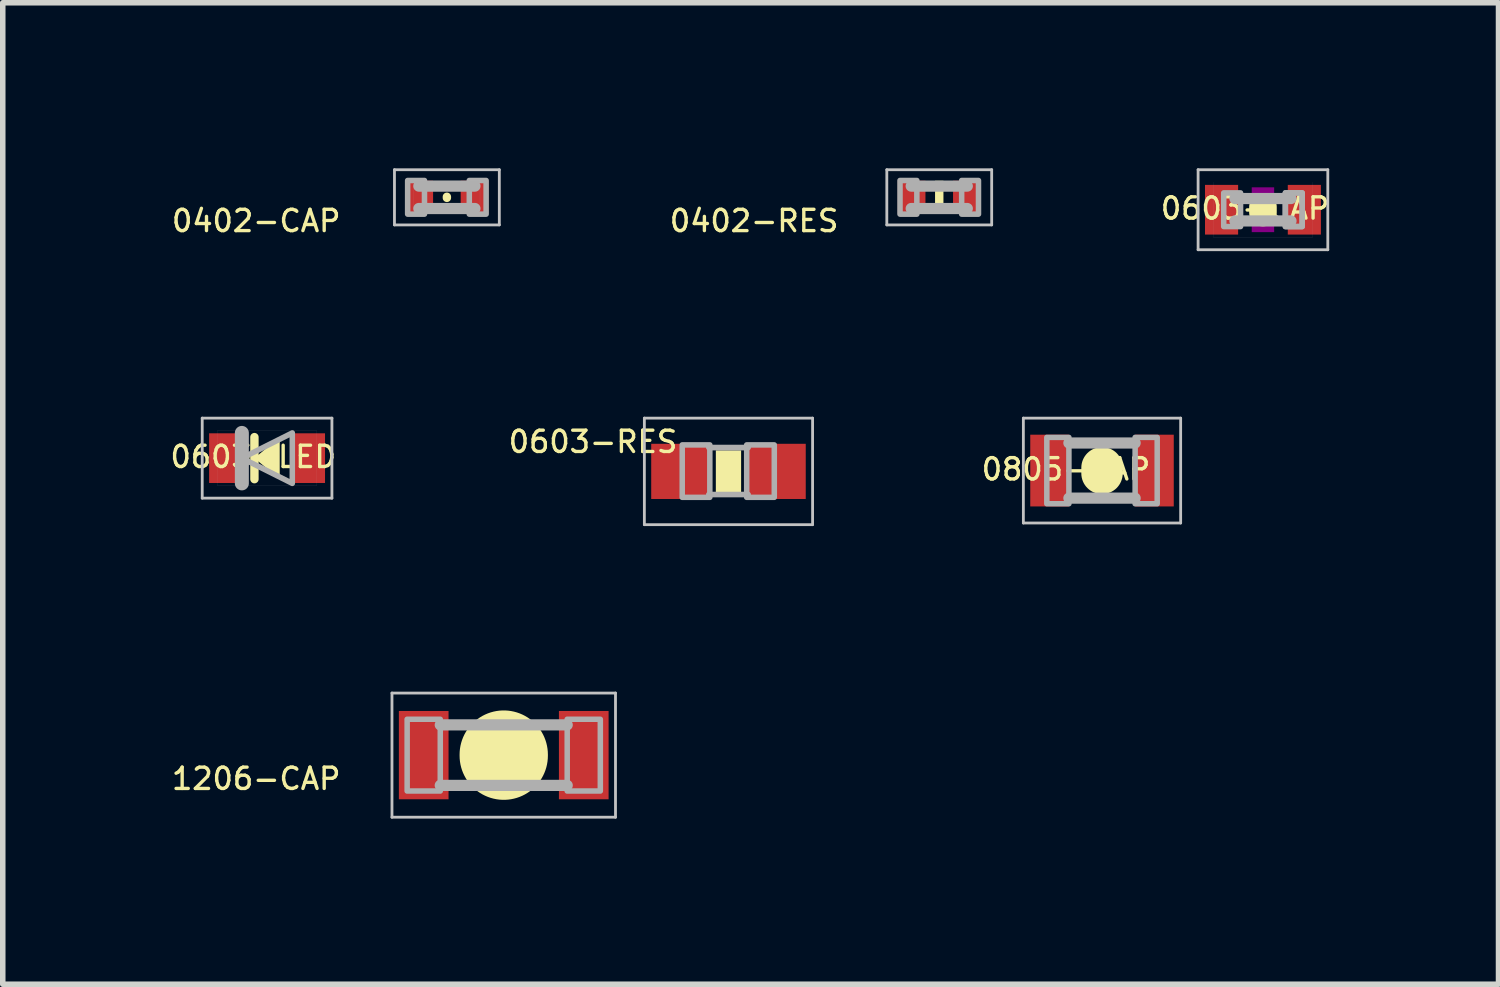
<source format=kicad_pcb>
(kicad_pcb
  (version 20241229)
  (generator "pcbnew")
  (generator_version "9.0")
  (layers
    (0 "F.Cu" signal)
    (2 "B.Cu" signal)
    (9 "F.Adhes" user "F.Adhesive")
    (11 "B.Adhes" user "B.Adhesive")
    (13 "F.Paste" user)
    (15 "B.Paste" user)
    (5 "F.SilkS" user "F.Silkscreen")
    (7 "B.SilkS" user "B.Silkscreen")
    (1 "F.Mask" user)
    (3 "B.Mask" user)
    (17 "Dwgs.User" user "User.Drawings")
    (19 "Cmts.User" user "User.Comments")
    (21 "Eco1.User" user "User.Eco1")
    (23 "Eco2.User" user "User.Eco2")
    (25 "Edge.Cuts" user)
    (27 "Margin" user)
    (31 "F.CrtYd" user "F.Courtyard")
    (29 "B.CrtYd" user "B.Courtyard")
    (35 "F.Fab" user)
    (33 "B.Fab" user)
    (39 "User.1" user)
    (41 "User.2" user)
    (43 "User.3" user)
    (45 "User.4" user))
  (footprint "0402-RES"
    (layer "F.Cu")
    (at 13.968 0.525)
    (property "Reference" "0402-RES" (at -1.789 0.202 0) (layer "F.SilkS") (effects (font (size 0.386 0.386) (thickness 0.061)) (justify right top)))
    (attr through_hole)
    (fp_poly (pts (xy -0.076 0.3) (xy 0.076 0.3) (xy 0.076 -0.3) (xy -0.076 -0.3)) (stroke (width 0) (type solid)) (fill yes) (layer "F.SilkS"))
    (fp_line (start -0.95 -0.5) (end 0.95 -0.5) (stroke (width 0.051) (type solid)) (layer "Dwgs.User"))
    (fp_line (start -0.95 0.5) (end -0.95 -0.5) (stroke (width 0.051) (type solid)) (layer "Dwgs.User"))
    (fp_line (start -0.6 -0.3) (end 0.6 -0.3) (stroke (width 0.0004) (type solid)) (layer "Dwgs.User"))
    (fp_line (start -0.6 0.3) (end -0.6 -0.3) (stroke (width 0.0004) (type solid)) (layer "Dwgs.User"))
    (fp_line (start 0.6 -0.3) (end 0.6 0.3) (stroke (width 0.0004) (type solid)) (layer "Dwgs.User"))
    (fp_line (start 0.6 0.3) (end -0.6 0.3) (stroke (width 0.0004) (type solid)) (layer "Dwgs.User"))
    (fp_line (start 0.95 -0.5) (end 0.95 0.5) (stroke (width 0.051) (type solid)) (layer "Dwgs.User"))
    (fp_line (start 0.95 0.5) (end -0.95 0.5) (stroke (width 0.051) (type solid)) (layer "Dwgs.User"))
    (fp_line (start -0.508 -0.203) (end 0.508 -0.203) (stroke (width 0.203) (type solid)) (layer "F.Fab"))
    (fp_line (start -0.508 0.203) (end 0.508 0.203) (stroke (width 0.203) (type solid)) (layer "F.Fab"))
    (fp_poly (pts (xy -0.711 0.305) (xy -0.406 0.305) (xy -0.406 -0.305) (xy -0.711 -0.305)) (stroke (width 0.1) (type solid)) (fill no) (layer "F.Fab"))
    (fp_poly (pts (xy 0.406 0.305) (xy 0.711 0.305) (xy 0.711 -0.305) (xy 0.406 -0.305)) (stroke (width 0.1) (type solid)) (fill no) (layer "F.Fab"))
    (pad "P$1" smd rect (at -0.5 0) (size 0.5 0.6) (layers "F.Cu" "F.Mask" "F.Paste"))
    (pad "P$2" smd rect (at 0.5 0) (size 0.5 0.6) (layers "F.Cu" "F.Mask" "F.Paste")))
  (footprint "0402-CAP"
    (layer "F.Cu")
    (at 5.047 0.525)
    (property "Reference" "0402-CAP" (at -1.889 0.202 0) (layer "F.SilkS") (effects (font (size 0.386 0.386) (thickness 0.061)) (justify right top)))
    (attr through_hole)
    (fp_line (start 0 -0.01) (end 0 0.01) (stroke (width 0.152) (type solid)) (layer "F.SilkS"))
    (fp_line (start -0.95 -0.5) (end 0.95 -0.5) (stroke (width 0.051) (type solid)) (layer "Dwgs.User"))
    (fp_line (start -0.95 0.5) (end -0.95 -0.5) (stroke (width 0.051) (type solid)) (layer "Dwgs.User"))
    (fp_line (start -0.6 -0.3) (end 0.6 -0.3) (stroke (width 0.001) (type solid)) (layer "Dwgs.User"))
    (fp_line (start -0.6 0.3) (end -0.6 -0.3) (stroke (width 0.001) (type solid)) (layer "Dwgs.User"))
    (fp_line (start 0.6 -0.3) (end 0.6 0.3) (stroke (width 0.001) (type solid)) (layer "Dwgs.User"))
    (fp_line (start 0.6 0.3) (end -0.6 0.3) (stroke (width 0.001) (type solid)) (layer "Dwgs.User"))
    (fp_line (start 0.95 -0.5) (end 0.95 0.5) (stroke (width 0.051) (type solid)) (layer "Dwgs.User"))
    (fp_line (start 0.95 0.5) (end -0.95 0.5) (stroke (width 0.051) (type solid)) (layer "Dwgs.User"))
    (fp_line (start -0.508 -0.203) (end 0.508 -0.203) (stroke (width 0.203) (type solid)) (layer "F.Fab"))
    (fp_line (start -0.508 0.203) (end 0.508 0.203) (stroke (width 0.203) (type solid)) (layer "F.Fab"))
    (fp_poly (pts (xy -0.711 0.305) (xy -0.406 0.305) (xy -0.406 -0.305) (xy -0.711 -0.305)) (stroke (width 0.1) (type solid)) (fill no) (layer "F.Fab"))
    (fp_poly (pts (xy 0.406 0.305) (xy 0.711 0.305) (xy 0.711 -0.305) (xy 0.406 -0.305)) (stroke (width 0.1) (type solid)) (fill no) (layer "F.Fab"))
    (pad "P$1" smd rect (at -0.5 0) (size 0.5 0.6) (layers "F.Cu" "F.Mask" "F.Paste"))
    (pad "P$2" smd rect (at 0.5 0) (size 0.5 0.6) (layers "F.Cu" "F.Mask" "F.Paste")))
  (footprint "0603-CAP"
    (layer "F.Cu")
    (at 19.833 0.75)
    (property "Reference" "0603-CAP" (at -1.889 0.202 0) (layer "F.SilkS") (effects (font (size 0.386 0.386) (thickness 0.061)) (justify left bottom)))
    (attr through_hole)
    (fp_line (start 0 -0.051) (end 0 0.051) (stroke (width 0.5) (type solid)) (layer "F.SilkS"))
    (fp_poly (pts (xy -0.203 0.406) (xy 0.203 0.406) (xy 0.203 -0.406) (xy -0.203 -0.406)) (stroke (width 0) (type solid)) (fill yes) (layer "F.Adhes"))
    (fp_poly (pts (xy -0.2 0.3) (xy 0.2 0.3) (xy 0.2 -0.3) (xy -0.2 -0.3)) (stroke (width 0) (type solid)) (fill yes) (layer "F.Adhes"))
    (fp_line (start -1.175 -0.725) (end 1.175 -0.725) (stroke (width 0.051) (type solid)) (layer "Dwgs.User"))
    (fp_line (start -1.175 0.725) (end -1.175 -0.725) (stroke (width 0.051) (type solid)) (layer "Dwgs.User"))
    (fp_line (start -0.9 -0.5) (end 0.9 -0.5) (stroke (width 0.001) (type solid)) (layer "Dwgs.User"))
    (fp_line (start -0.9 0.5) (end -0.9 -0.5) (stroke (width 0.001) (type solid)) (layer "Dwgs.User"))
    (fp_line (start 0.9 -0.5) (end 0.9 0.5) (stroke (width 0.001) (type solid)) (layer "Dwgs.User"))
    (fp_line (start 0.9 0.5) (end -0.9 0.5) (stroke (width 0.001) (type solid)) (layer "Dwgs.User"))
    (fp_line (start 1.175 -0.725) (end 1.175 0.725) (stroke (width 0.051) (type solid)) (layer "Dwgs.User"))
    (fp_line (start 1.175 0.725) (end -1.175 0.725) (stroke (width 0.051) (type solid)) (layer "Dwgs.User"))
    (fp_line (start -0.508 -0.203) (end 0.508 -0.203) (stroke (width 0.203) (type solid)) (layer "F.Fab"))
    (fp_line (start -0.508 0.203) (end 0.508 0.203) (stroke (width 0.203) (type solid)) (layer "F.Fab"))
    (fp_poly (pts (xy -0.711 0.305) (xy -0.406 0.305) (xy -0.406 -0.305) (xy -0.711 -0.305)) (stroke (width 0.1) (type solid)) (fill no) (layer "F.Fab"))
    (fp_poly (pts (xy 0.406 0.305) (xy 0.711 0.305) (xy 0.711 -0.305) (xy 0.406 -0.305)) (stroke (width 0.1) (type solid)) (fill no) (layer "F.Fab"))
    (fp_poly (pts (xy 0.406 0.305) (xy 0.711 0.305) (xy 0.711 -0.305) (xy 0.406 -0.305)) (stroke (width 0.1) (type solid)) (fill no) (layer "F.Fab"))
    (pad "P$1" smd rect (at -0.75 0) (size 0.6 0.9) (layers "F.Cu" "F.Mask" "F.Paste"))
    (pad "P$2" smd rect (at 0.75 0) (size 0.6 0.9) (layers "F.Cu" "F.Mask" "F.Paste")))
  (footprint "0603-LED"
    (layer "F.Cu")
    (at 1.789 5.251)
    (property "Reference" "0603-LED" (at -1.789 0.202 0) (layer "F.SilkS") (effects (font (size 0.386 0.386) (thickness 0.061)) (justify left bottom)))
    (attr through_hole)
    (fp_line (start -0.229 -0.381) (end -0.229 0.381) (stroke (width 0.152) (type solid)) (layer "F.SilkS"))
    (fp_poly (pts (xy -0.229 0) (xy 0.229 -0.381) (xy 0.229 0.381)) (stroke (width 0) (type solid)) (fill yes) (layer "F.SilkS"))
    (fp_line (start -1.175 -0.725) (end 1.175 -0.725) (stroke (width 0.051) (type solid)) (layer "Dwgs.User"))
    (fp_line (start -1.175 0.725) (end -1.175 -0.725) (stroke (width 0.051) (type solid)) (layer "Dwgs.User"))
    (fp_line (start -0.9 -0.5) (end 0.9 -0.5) (stroke (width 0.001) (type solid)) (layer "Dwgs.User"))
    (fp_line (start -0.9 0.5) (end -0.9 -0.5) (stroke (width 0.001) (type solid)) (layer "Dwgs.User"))
    (fp_line (start 0.9 -0.5) (end 0.9 0.5) (stroke (width 0.001) (type solid)) (layer "Dwgs.User"))
    (fp_line (start 0.9 0.5) (end -0.9 0.5) (stroke (width 0.001) (type solid)) (layer "Dwgs.User"))
    (fp_line (start 1.175 -0.725) (end 1.175 0.725) (stroke (width 0.051) (type solid)) (layer "Dwgs.User"))
    (fp_line (start 1.175 0.725) (end -1.175 0.725) (stroke (width 0.051) (type solid)) (layer "Dwgs.User"))
    (fp_line (start -0.457 -0.457) (end -0.457 0.457) (stroke (width 0.254) (type solid)) (layer "F.Fab"))
    (fp_poly (pts (xy -0.457 0) (xy 0.457 -0.457) (xy 0.457 0.457)) (stroke (width 0.1) (type solid)) (fill no) (layer "F.Fab"))
    (pad "A" smd rect (at 0.75 0) (size 0.6 0.9) (layers "F.Cu" "F.Mask" "F.Paste"))
    (pad "C" smd rect (at -0.75 0) (size 0.6 0.9) (layers "F.Cu" "F.Mask" "F.Paste")))
  (footprint "0805-CAP"
    (layer "F.Cu")
    (at 16.917 5.476)
    (property "Reference" "0805-CAP" (at -2.219 0.202 0) (layer "F.SilkS") (effects (font (size 0.386 0.386) (thickness 0.061)) (justify left bottom)))
    (attr through_hole)
    (fp_line (start 0 -0.051) (end 0 0.051) (stroke (width 0.75) (type solid)) (layer "F.SilkS"))
    (fp_line (start -1.425 -0.95) (end 1.425 -0.95) (stroke (width 0.051) (type solid)) (layer "Dwgs.User"))
    (fp_line (start -1.425 0.95) (end -1.425 -0.95) (stroke (width 0.051) (type solid)) (layer "Dwgs.User"))
    (fp_line (start 1.425 -0.95) (end 1.425 0.95) (stroke (width 0.051) (type solid)) (layer "Dwgs.User"))
    (fp_line (start 1.425 0.95) (end -1.425 0.95) (stroke (width 0.051) (type solid)) (layer "Dwgs.User"))
    (fp_line (start -0.6 -0.5) (end 0.6 -0.5) (stroke (width 0.203) (type solid)) (layer "F.Fab"))
    (fp_line (start -0.6 0.5) (end 0.6 0.5) (stroke (width 0.203) (type solid)) (layer "F.Fab"))
    (fp_poly (pts (xy -1 0.601) (xy -0.6 0.601) (xy -0.6 -0.601) (xy -1 -0.601)) (stroke (width 0.1) (type solid)) (fill no) (layer "F.Fab"))
    (fp_poly (pts (xy 0.6 0.601) (xy 1 0.601) (xy 1 -0.601) (xy 0.6 -0.601)) (stroke (width 0.1) (type solid)) (fill no) (layer "F.Fab"))
    (pad "P$1" smd rect (at -0.95 0) (size 0.7 1.3) (layers "F.Cu" "F.Mask" "F.Paste"))
    (pad "P$2" smd rect (at 0.95 0) (size 0.7 1.3) (layers "F.Cu" "F.Mask" "F.Paste")))
  (footprint "0603-RES"
    (layer "F.Cu")
    (at 10.149 5.491)
    (property "Reference" "0603-RES" (at -0.889 -0.762 0) (layer "F.SilkS") (effects (font (size 0.386 0.386) (thickness 0.061)) (justify right top)))
    (attr through_hole)
    (fp_poly (pts (xy -0.229 0.381) (xy 0.229 0.381) (xy 0.229 -0.381) (xy -0.229 -0.381)) (stroke (width 0) (type solid)) (fill yes) (layer "F.SilkS"))
    (fp_poly (pts (xy -0.2 0.3) (xy 0.2 0.3) (xy 0.2 -0.3) (xy -0.2 -0.3)) (stroke (width 0) (type solid)) (fill yes) (layer "F.Adhes"))
    (fp_line (start -1.524 -0.965) (end 1.524 -0.965) (stroke (width 0.051) (type solid)) (layer "Dwgs.User"))
    (fp_line (start -1.524 0.965) (end -1.524 -0.965) (stroke (width 0.051) (type solid)) (layer "Dwgs.User"))
    (fp_line (start -0.9 -0.5) (end 0.9 -0.5) (stroke (width 0.0004) (type solid)) (layer "Dwgs.User"))
    (fp_line (start -0.9 0.5) (end -0.9 -0.5) (stroke (width 0.0004) (type solid)) (layer "Dwgs.User"))
    (fp_line (start 0.9 -0.5) (end 0.9 0.5) (stroke (width 0.0004) (type solid)) (layer "Dwgs.User"))
    (fp_line (start 0.9 0.5) (end -0.9 0.5) (stroke (width 0.0004) (type solid)) (layer "Dwgs.User"))
    (fp_line (start 1.524 -0.965) (end 1.524 0.965) (stroke (width 0.051) (type solid)) (layer "Dwgs.User"))
    (fp_line (start 1.524 0.965) (end -1.524 0.965) (stroke (width 0.051) (type solid)) (layer "Dwgs.User"))
    (fp_line (start -0.356 -0.432) (end 0.356 -0.432) (stroke (width 0.102) (type solid)) (layer "F.Fab"))
    (fp_line (start -0.356 0.419) (end 0.356 0.419) (stroke (width 0.102) (type solid)) (layer "F.Fab"))
    (fp_poly (pts (xy -0.838 0.47) (xy -0.338 0.47) (xy -0.338 -0.48) (xy -0.838 -0.48)) (stroke (width 0.1) (type solid)) (fill no) (layer "F.Fab"))
    (fp_poly (pts (xy 0.33 0.47) (xy 0.83 0.47) (xy 0.83 -0.48) (xy 0.33 -0.48)) (stroke (width 0.1) (type solid)) (fill no) (layer "F.Fab"))
    (pad "1" smd rect (at -0.85 0) (size 1.1 1) (layers "F.Cu" "F.Mask" "F.Paste"))
    (pad "2" smd rect (at 0.85 0) (size 1.1 1) (layers "F.Cu" "F.Mask" "F.Paste")))
  (footprint "1206-CAP"
    (layer "F.Cu")
    (at 6.077 10.632)
    (property "Reference" "1206-CAP" (at -2.919 0.202 0) (layer "F.SilkS") (effects (font (size 0.386 0.386) (thickness 0.061)) (justify right top)))
    (attr through_hole)
    (fp_line (start 0 -0.01) (end 0 0.01) (stroke (width 1.6) (type solid)) (layer "F.SilkS"))
    (fp_line (start -2.025 -1.125) (end 2.025 -1.125) (stroke (width 0.051) (type solid)) (layer "Dwgs.User"))
    (fp_line (start -2.025 1.125) (end -2.025 -1.125) (stroke (width 0.051) (type solid)) (layer "Dwgs.User"))
    (fp_line (start 2.025 -1.125) (end 2.025 1.125) (stroke (width 0.051) (type solid)) (layer "Dwgs.User"))
    (fp_line (start 2.025 1.125) (end -2.025 1.125) (stroke (width 0.051) (type solid)) (layer "Dwgs.User"))
    (fp_line (start -1.15 -0.548) (end 1.15 -0.548) (stroke (width 0.203) (type solid)) (layer "F.Fab"))
    (fp_line (start -1.15 0.548) (end 1.15 0.548) (stroke (width 0.203) (type solid)) (layer "F.Fab"))
    (fp_poly (pts (xy -1.75 0.65) (xy -1.15 0.65) (xy -1.15 -0.65) (xy -1.75 -0.65)) (stroke (width 0.1) (type solid)) (fill no) (layer "F.Fab"))
    (fp_poly (pts (xy 1.15 0.65) (xy 1.75 0.65) (xy 1.75 -0.65) (xy 1.15 -0.65)) (stroke (width 0.1) (type solid)) (fill no) (layer "F.Fab"))
    (pad "P$1" smd rect (at -1.45 0) (size 0.9 1.6) (layers "F.Cu" "F.Mask" "F.Paste"))
    (pad "P$2" smd rect (at 1.45 0) (size 0.9 1.6) (layers "F.Cu" "F.Mask" "F.Paste")))
  (gr_rect
    (start -3 -3)
    (end 24.101 14.783)
    (stroke (width 0.1) (type default))
    (fill no)
    (layer "Edge.Cuts")))
</source>
